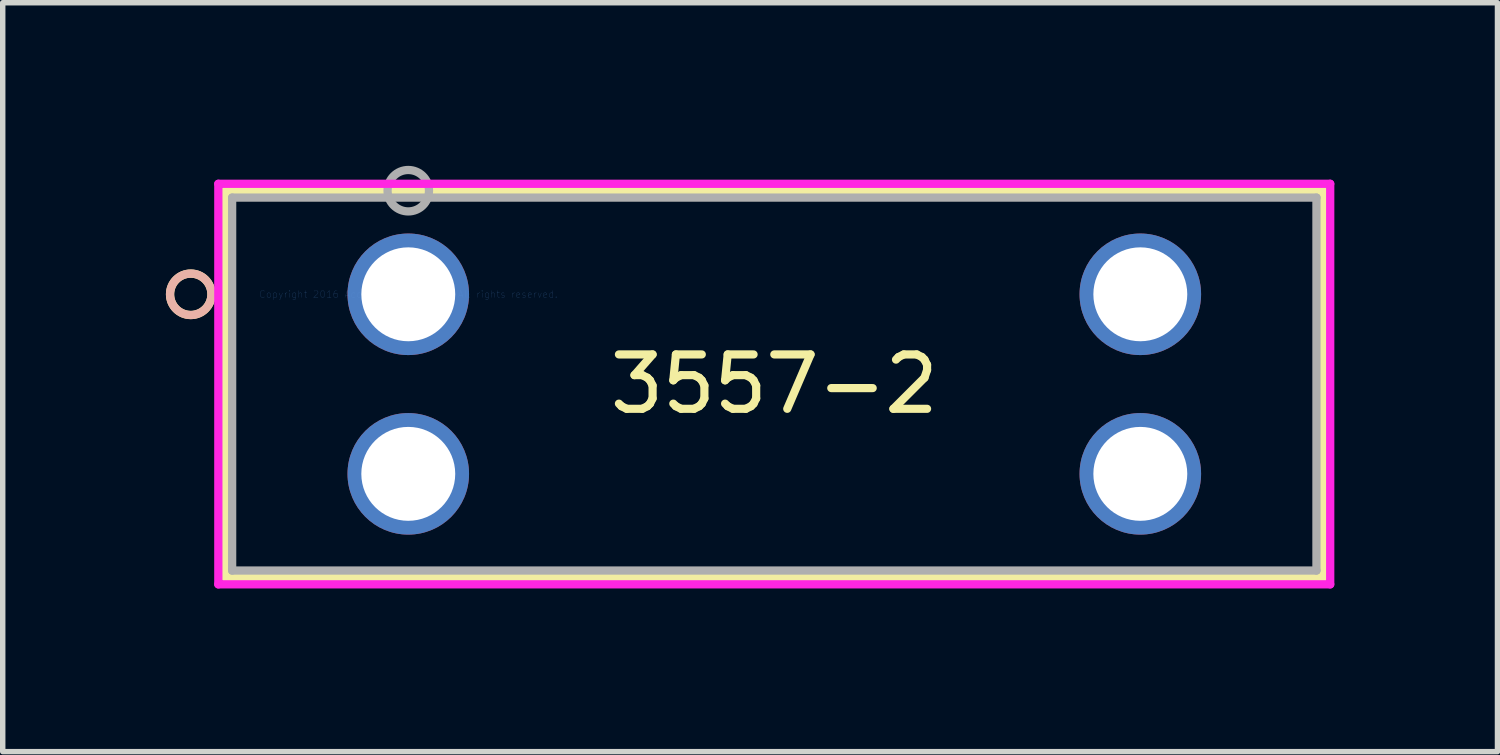
<source format=kicad_pcb>
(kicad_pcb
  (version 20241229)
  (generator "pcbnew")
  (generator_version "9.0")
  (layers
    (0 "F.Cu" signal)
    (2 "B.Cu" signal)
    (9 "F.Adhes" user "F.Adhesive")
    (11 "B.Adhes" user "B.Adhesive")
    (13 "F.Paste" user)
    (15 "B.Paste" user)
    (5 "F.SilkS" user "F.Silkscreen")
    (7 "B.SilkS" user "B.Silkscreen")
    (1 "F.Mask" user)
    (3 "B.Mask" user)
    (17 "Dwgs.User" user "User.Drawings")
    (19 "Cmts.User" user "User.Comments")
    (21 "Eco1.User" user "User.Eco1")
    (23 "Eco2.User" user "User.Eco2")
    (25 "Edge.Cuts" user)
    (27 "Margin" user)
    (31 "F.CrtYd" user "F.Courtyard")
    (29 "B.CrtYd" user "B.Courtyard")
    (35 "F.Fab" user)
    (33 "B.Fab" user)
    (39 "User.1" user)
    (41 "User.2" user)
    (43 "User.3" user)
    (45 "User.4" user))
  (footprint "3557-2"
    (layer "F.Cu")
    (at 4.458 2.362)
    (property "Reference" "3557-2" (at 6.731 1.651 0) (layer "F.SilkS") (effects (font (size 1 1) (thickness 0.15))))
    (attr through_hole)
    (fp_line (start -3.365 -1.905) (end -3.365 5.207) (stroke (width 0.152) (type solid)) (layer "F.SilkS"))
    (fp_line (start -3.365 5.207) (end 16.828 5.207) (stroke (width 0.152) (type solid)) (layer "F.SilkS"))
    (fp_line (start 16.828 -1.905) (end -3.365 -1.905) (stroke (width 0.152) (type solid)) (layer "F.SilkS"))
    (fp_line (start 16.828 5.207) (end 16.828 -1.905) (stroke (width 0.152) (type solid)) (layer "F.SilkS"))
    (fp_circle (center -4 0) (end -3.619 0) (stroke (width 0.152) (type solid)) (fill no) (layer "F.SilkS"))
    (fp_circle (center -4 0) (end -3.619 0) (stroke (width 0.152) (type solid)) (fill no) (layer "B.SilkS"))
    (fp_line (start -3.493 -2.032) (end -3.493 5.334) (stroke (width 0.152) (type solid)) (layer "F.CrtYd"))
    (fp_line (start -3.493 5.334) (end 16.954 5.334) (stroke (width 0.152) (type solid)) (layer "F.CrtYd"))
    (fp_line (start 16.954 -2.032) (end -3.493 -2.032) (stroke (width 0.152) (type solid)) (layer "F.CrtYd"))
    (fp_line (start 16.954 5.334) (end 16.954 -2.032) (stroke (width 0.152) (type solid)) (layer "F.CrtYd"))
    (fp_line (start -3.239 -1.778) (end -3.239 5.08) (stroke (width 0.152) (type solid)) (layer "F.Fab"))
    (fp_line (start -3.239 5.08) (end 16.701 5.08) (stroke (width 0.152) (type solid)) (layer "F.Fab"))
    (fp_line (start 16.701 -1.778) (end -3.239 -1.778) (stroke (width 0.152) (type solid)) (layer "F.Fab"))
    (fp_line (start 16.701 5.08) (end 16.701 -1.778) (stroke (width 0.152) (type solid)) (layer "F.Fab"))
    (fp_circle (center 0 -1.905) (end 0.381 -1.905) (stroke (width 0.152) (type solid)) (fill no) (layer "F.Fab"))
    (fp_text user "*" (at 0 0 0) (layer "F.SilkS") (effects (font (size 1 1) (thickness 0.15))))
    (fp_text user "Copyright 2016 Accelerated Designs. All rights reserved." (at 0 0 0) (layer "Cmts.User") (effects (font (size 0.127 0.127) (thickness 0.002))))
    (fp_text user "*" (at 0 0 0) (layer "F.Fab") (effects (font (size 1 1) (thickness 0.15))))
    (pad "1" thru_hole circle (at 0 0) (size 2.235 2.235) (drill 1.727) (layers "*.Cu" "*.Mask"))
    (pad "2" thru_hole circle (at 0 3.302) (size 2.235 2.235) (drill 1.727) (layers "*.Cu" "*.Mask"))
    (pad "3" thru_hole circle (at 13.462 0) (size 2.235 2.235) (drill 1.727) (layers "*.Cu" "*.Mask"))
    (pad "4" thru_hole circle (at 13.462 3.302) (size 2.235 2.235) (drill 1.727) (layers "*.Cu" "*.Mask")))
  (gr_rect
    (start -3 -3)
    (end 24.488 10.772)
    (stroke (width 0.1) (type default))
    (fill no)
    (layer "Edge.Cuts")))
</source>
